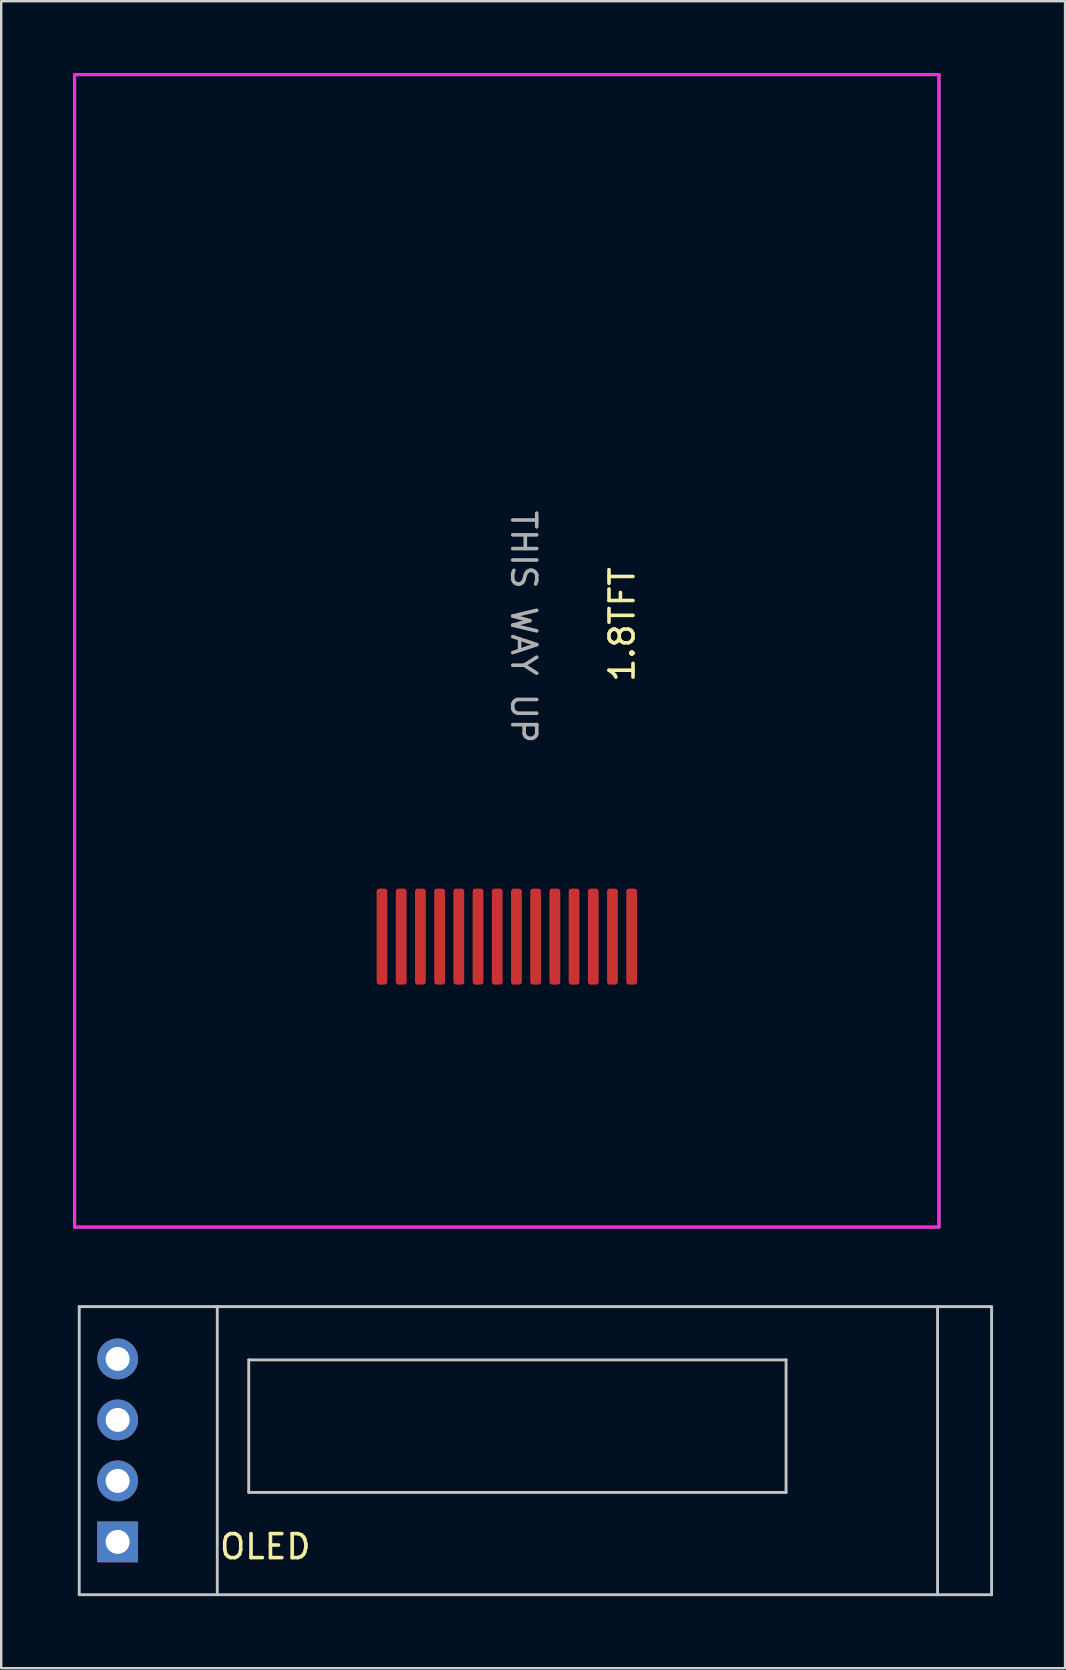
<source format=kicad_pcb>
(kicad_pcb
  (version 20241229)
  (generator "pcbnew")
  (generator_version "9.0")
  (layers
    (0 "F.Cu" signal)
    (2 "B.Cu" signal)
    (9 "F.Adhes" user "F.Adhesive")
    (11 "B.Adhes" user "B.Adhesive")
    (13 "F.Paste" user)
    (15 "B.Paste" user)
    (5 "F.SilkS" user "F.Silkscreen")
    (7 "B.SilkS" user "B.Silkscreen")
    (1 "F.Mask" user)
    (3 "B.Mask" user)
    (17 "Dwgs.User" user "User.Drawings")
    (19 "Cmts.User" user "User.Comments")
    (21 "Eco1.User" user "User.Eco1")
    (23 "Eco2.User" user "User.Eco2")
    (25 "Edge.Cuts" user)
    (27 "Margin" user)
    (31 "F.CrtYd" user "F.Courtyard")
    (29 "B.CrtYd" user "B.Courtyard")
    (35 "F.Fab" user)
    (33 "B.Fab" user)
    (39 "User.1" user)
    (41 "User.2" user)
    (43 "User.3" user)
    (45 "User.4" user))
  (footprint "OLED"
    (layer "F.Cu")
    (at 0.25 51.37)
    (property "Reference" "OLED" (at 7.75 10 0) (layer "F.SilkS") (effects (font (size 1 1) (thickness 0.15))))
    (attr through_hole)
    (fp_line (start 0 0) (end 0 12) (stroke (width 0.12) (type solid)) (layer "Dwgs.User"))
    (fp_line (start 0 0) (end 38 0) (stroke (width 0.12) (type solid)) (layer "Dwgs.User"))
    (fp_line (start 5.75 0) (end 5.75 12) (stroke (width 0.12) (type solid)) (layer "Dwgs.User"))
    (fp_line (start 7.06 2.22) (end 7.06 7.74) (stroke (width 0.12) (type solid)) (layer "Dwgs.User"))
    (fp_line (start 7.06 2.22) (end 29.44 2.22) (stroke (width 0.12) (type solid)) (layer "Dwgs.User"))
    (fp_line (start 7.06 7.74) (end 29.44 7.74) (stroke (width 0.12) (type solid)) (layer "Dwgs.User"))
    (fp_line (start 29.44 7.74) (end 29.44 2.22) (stroke (width 0.12) (type solid)) (layer "Dwgs.User"))
    (fp_line (start 35.75 0) (end 35.75 12) (stroke (width 0.12) (type solid)) (layer "Dwgs.User"))
    (fp_line (start 38 0) (end 38 12) (stroke (width 0.12) (type solid)) (layer "Dwgs.User"))
    (fp_line (start 38 12) (end 0 12) (stroke (width 0.12) (type solid)) (layer "Dwgs.User"))
    (pad "1" thru_hole rect (at 1.6 9.8 180) (size 1.7 1.7) (drill 1) (layers "*.Cu" "*.Mask"))
    (pad "2" thru_hole oval (at 1.6 7.26 180) (size 1.7 1.7) (drill 1) (layers "*.Cu" "*.Mask"))
    (pad "3" thru_hole oval (at 1.6 4.72 180) (size 1.7 1.7) (drill 1) (layers "*.Cu" "*.Mask"))
    (pad "4" thru_hole oval (at 1.6 2.18 180) (size 1.7 1.7) (drill 1) (layers "*.Cu" "*.Mask")))
  (footprint "1.8TFT"
    (layer "F.Cu")
    (at 18.06 23.06)
    (property "Reference" "1.8TFT" (at 4.8 -0.1 90) (layer "F.SilkS") (effects (font (size 1 1) (thickness 0.15))))
    (attr through_hole)
    (fp_line (start -18 -23) (end -18 25) (stroke (width 0.12) (type solid)) (layer "F.CrtYd"))
    (fp_line (start -18 25) (end 18 25) (stroke (width 0.12) (type solid)) (layer "F.CrtYd"))
    (fp_line (start 18 -23) (end -18 -23) (stroke (width 0.12) (type solid)) (layer "F.CrtYd"))
    (fp_line (start 18 25) (end 18 -23) (stroke (width 0.12) (type solid)) (layer "F.CrtYd"))
    (fp_line (start -18 -23) (end -18 25) (stroke (width 0.12) (type solid)) (layer "F.Fab"))
    (fp_line (start -18 25) (end 18 25) (stroke (width 0.12) (type solid)) (layer "F.Fab"))
    (fp_line (start 18 -23) (end -18 -23) (stroke (width 0.12) (type solid)) (layer "F.Fab"))
    (fp_line (start 18 25) (end 18 -23) (stroke (width 0.12) (type solid)) (layer "F.Fab"))
    (fp_text user "THIS WAY UP" (at 0.7 0 270) (unlocked yes) (layer "F.Fab") (effects (font (size 1 1) (thickness 0.15))))
    (pad "1" smd roundrect (at 5.2 12.9) (size 0.45 4) (layers "F.Cu" "F.Mask" "F.Paste") (roundrect_rratio 0.25))
    (pad "2" smd roundrect (at 4.4 12.9) (size 0.45 4) (layers "F.Cu" "F.Mask" "F.Paste") (roundrect_rratio 0.25))
    (pad "3" smd roundrect (at 3.6 12.9) (size 0.45 4) (layers "F.Cu" "F.Mask" "F.Paste") (roundrect_rratio 0.25))
    (pad "4" smd roundrect (at 2.8 12.9) (size 0.45 4) (layers "F.Cu" "F.Mask" "F.Paste") (roundrect_rratio 0.25))
    (pad "5" smd roundrect (at 2 12.9) (size 0.45 4) (layers "F.Cu" "F.Mask" "F.Paste") (roundrect_rratio 0.25))
    (pad "6" smd roundrect (at 1.2 12.9) (size 0.45 4) (layers "F.Cu" "F.Mask" "F.Paste") (roundrect_rratio 0.25))
    (pad "7" smd roundrect (at 0.4 12.9) (size 0.45 4) (layers "F.Cu" "F.Mask" "F.Paste") (roundrect_rratio 0.25))
    (pad "8" smd roundrect (at -0.4 12.9) (size 0.45 4) (layers "F.Cu" "F.Mask" "F.Paste") (roundrect_rratio 0.25))
    (pad "9" smd roundrect (at -1.2 12.9) (size 0.45 4) (layers "F.Cu" "F.Mask" "F.Paste") (roundrect_rratio 0.25))
    (pad "10" smd roundrect (at -2 12.9) (size 0.45 4) (layers "F.Cu" "F.Mask" "F.Paste") (roundrect_rratio 0.25))
    (pad "11" smd roundrect (at -2.8 12.9) (size 0.45 4) (layers "F.Cu" "F.Mask" "F.Paste") (roundrect_rratio 0.25))
    (pad "12" smd roundrect (at -3.6 12.9) (size 0.45 4) (layers "F.Cu" "F.Mask" "F.Paste") (roundrect_rratio 0.25))
    (pad "13" smd roundrect (at -4.4 12.9) (size 0.45 4) (layers "F.Cu" "F.Mask" "F.Paste") (roundrect_rratio 0.25))
    (pad "14" smd roundrect (at -5.2 12.9) (size 0.45 4) (layers "F.Cu" "F.Mask" "F.Paste") (roundrect_rratio 0.25)))
  (gr_rect
    (start -3 -3)
    (end 41.31 66.43)
    (stroke (width 0.1) (type default))
    (fill no)
    (layer "Edge.Cuts")))
</source>
